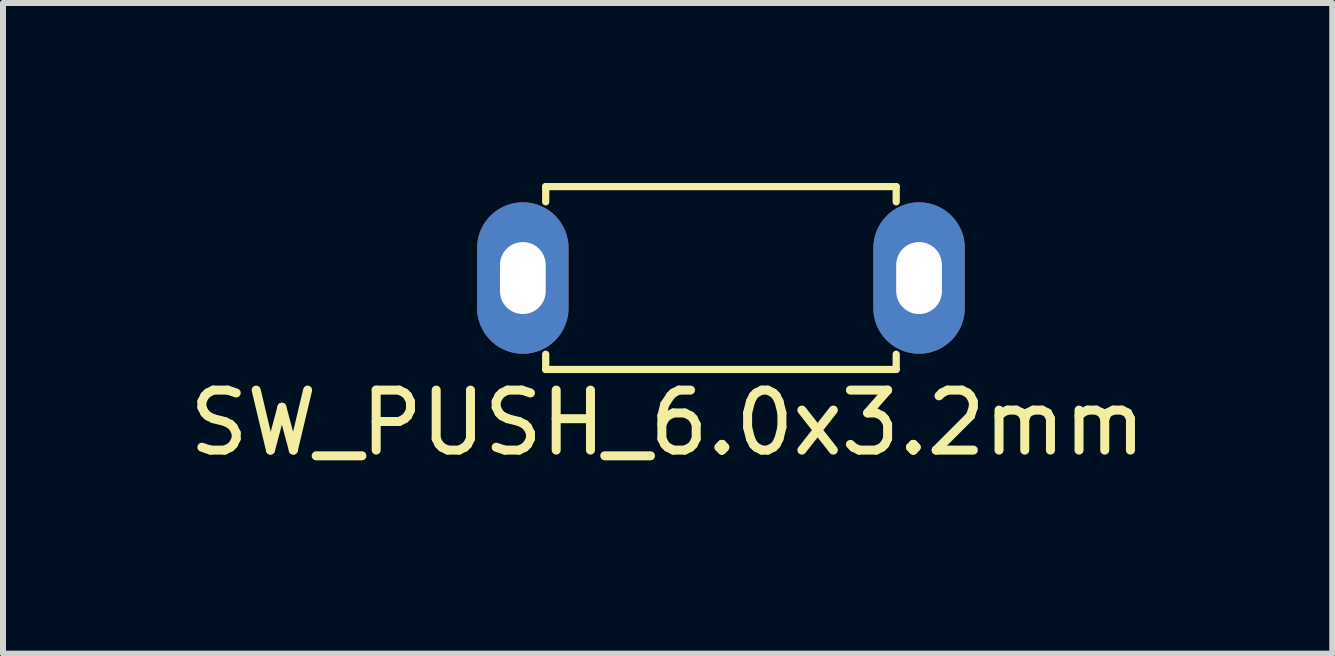
<source format=kicad_pcb>
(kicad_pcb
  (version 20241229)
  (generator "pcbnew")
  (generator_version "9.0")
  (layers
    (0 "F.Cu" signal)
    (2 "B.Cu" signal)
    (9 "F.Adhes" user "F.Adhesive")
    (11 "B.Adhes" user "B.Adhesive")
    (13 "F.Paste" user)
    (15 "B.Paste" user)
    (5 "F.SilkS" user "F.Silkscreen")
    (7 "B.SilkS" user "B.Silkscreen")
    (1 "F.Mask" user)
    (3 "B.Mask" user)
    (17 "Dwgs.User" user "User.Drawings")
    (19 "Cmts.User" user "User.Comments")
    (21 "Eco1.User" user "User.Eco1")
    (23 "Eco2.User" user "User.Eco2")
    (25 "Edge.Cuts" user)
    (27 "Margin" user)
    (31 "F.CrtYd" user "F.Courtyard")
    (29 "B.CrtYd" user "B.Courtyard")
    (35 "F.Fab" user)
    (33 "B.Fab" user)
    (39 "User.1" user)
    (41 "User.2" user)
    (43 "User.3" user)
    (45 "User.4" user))
  (footprint "SW_PUSH_6.0x3.2mm"
    (layer "F.Cu")
    (at 8.966 1.584)
    (property "Reference" "SW_PUSH_6.0x3.2mm" (at -0.889 2.413 0) (layer "F.SilkS") (effects (font (size 1 1) (thickness 0.15))))
    (attr through_hole)
    (fp_line (start -2.921 -1.524) (end -2.921 -1.27) (stroke (width 0.12) (type solid)) (layer "F.SilkS"))
    (fp_line (start -2.921 -1.524) (end 2.921 -1.524) (stroke (width 0.12) (type solid)) (layer "F.SilkS"))
    (fp_line (start -2.921 1.524) (end -2.921 1.27) (stroke (width 0.12) (type solid)) (layer "F.SilkS"))
    (fp_line (start -2.921 1.524) (end 2.921 1.524) (stroke (width 0.12) (type solid)) (layer "F.SilkS"))
    (fp_line (start 2.921 -1.524) (end 2.921 -1.27) (stroke (width 0.12) (type solid)) (layer "F.SilkS"))
    (fp_line (start 2.921 1.27) (end 2.921 1.524) (stroke (width 0.12) (type solid)) (layer "F.SilkS"))
    (pad "1" thru_hole oval (at -3.302 0) (size 1.524 2.524) (drill oval 0.762 1.2) (layers "*.Cu" "*.Mask"))
    (pad "2" thru_hole oval (at 3.302 0) (size 1.524 2.524) (drill oval 0.762 1.2) (layers "*.Cu" "*.Mask")))
  (gr_rect
    (start -3 -3)
    (end 19.155 7.845)
    (stroke (width 0.1) (type default))
    (fill no)
    (layer "Edge.Cuts")))
</source>
